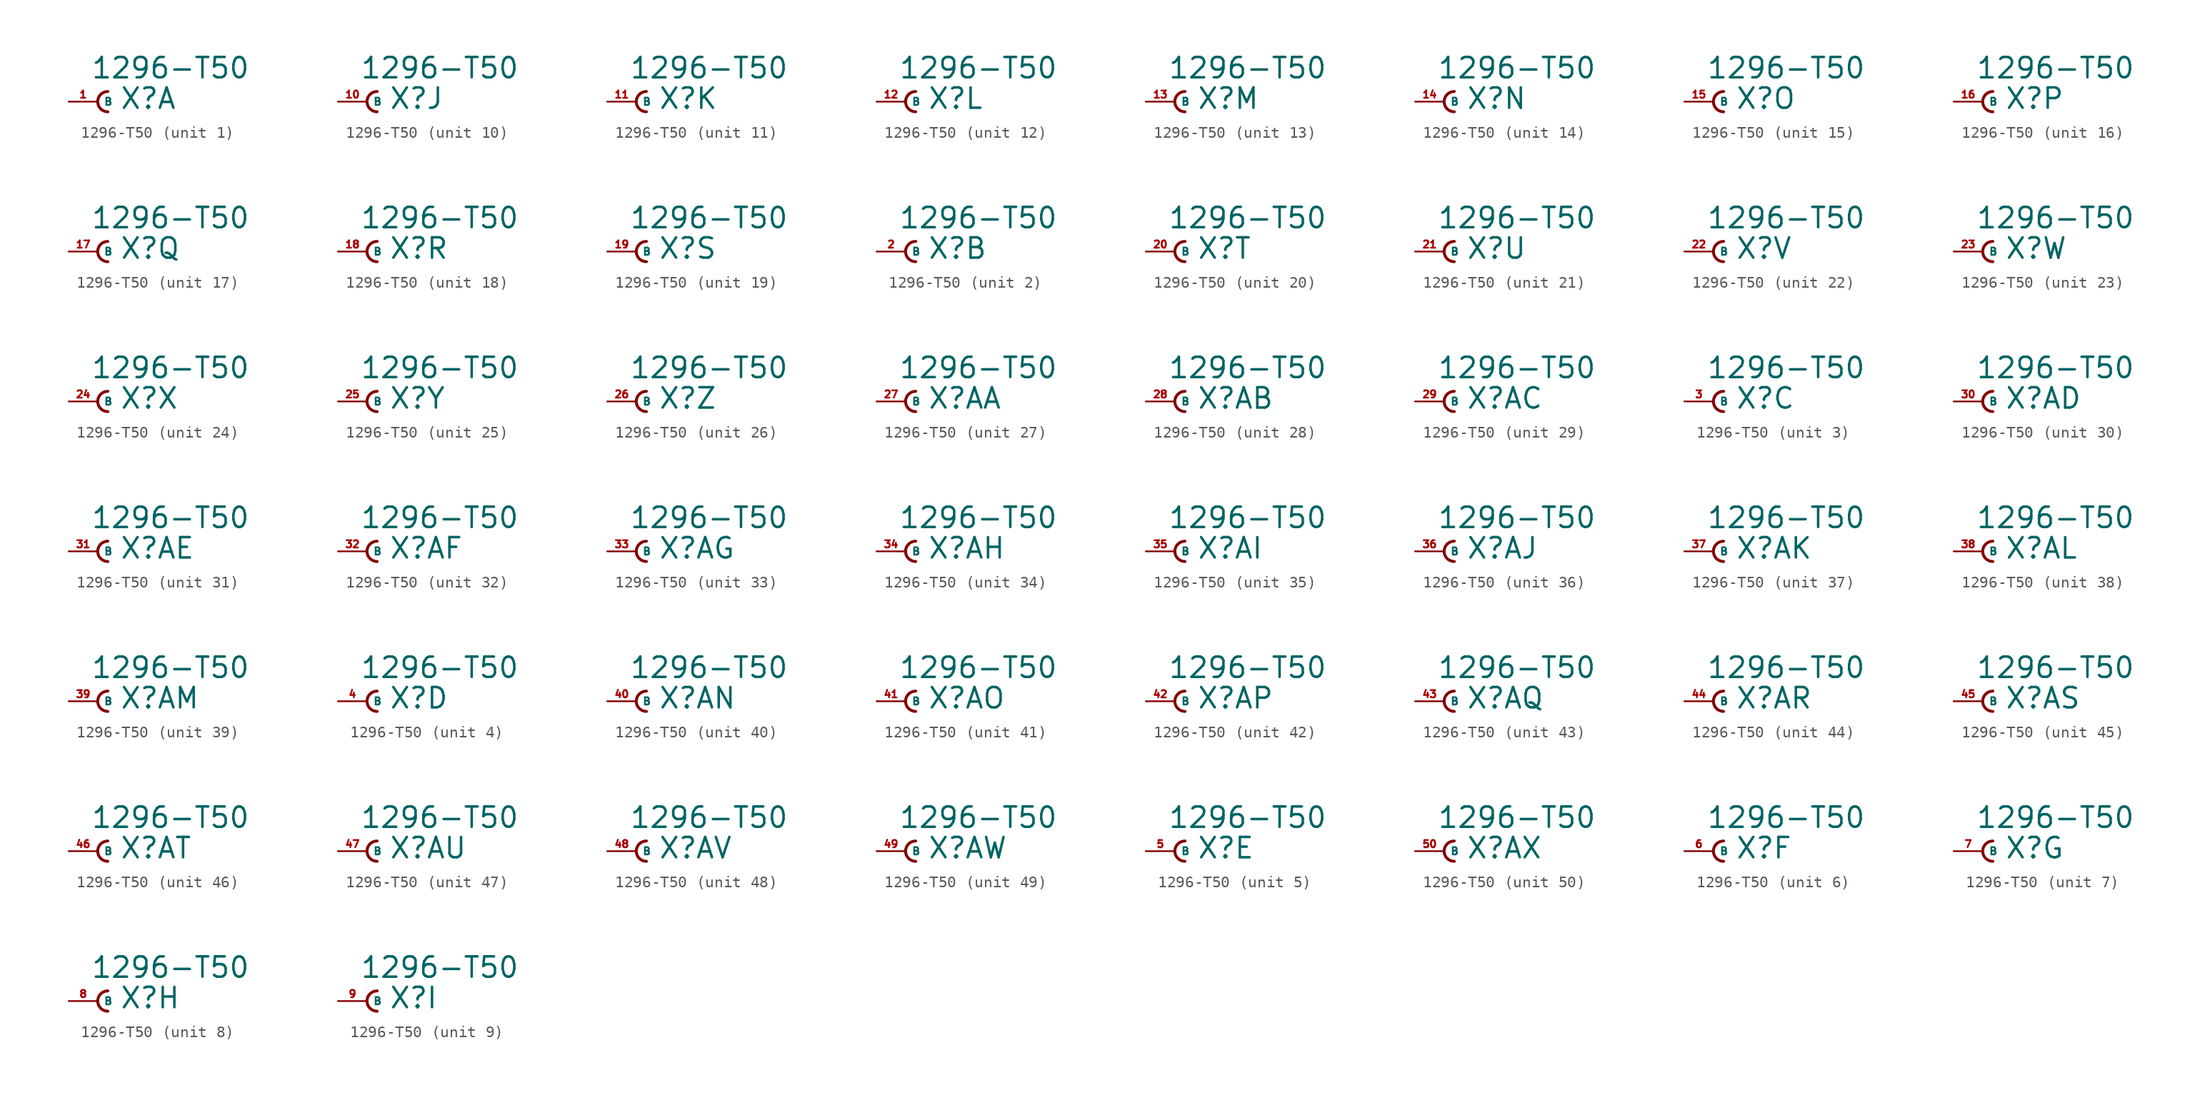
<source format=kicad_sym>
(kicad_symbol_lib
  (version 20220914)
  (generator Eagle2Kicad)
  (symbol "1296-T50"
    (property "Reference" "X"
      (at 1.905 -0.762 0)
      (effects (font (size 1.778 1.778) (thickness 0.22)) (justify left bottom)))
    (property "Value" "1296-T50"
      (at -0.635 1.905 0)
      (effects (font (size 1.778 1.778) (thickness 0.22)) (justify left bottom)))
    (symbol "1296-T50_1_0"
      (arc (start 0.889 0.889) (mid 0.000 0.000) (end 0.889 -0.889) (stroke (width 0.254) (type default)) (fill (type none)))
      (pin passive line (at -2.54 0 0) (length 2.54) (name "B" (effects (font (size 0.635 0.635) (thickness 0.08)) (justify left bottom))) (number "1" (effects (font (size 0.635 0.635) (thickness 0.08)) (justify left bottom)))))
    (symbol "1296-T50_2_0"
      (arc (start 0.889 0.889) (mid 0.000 0.000) (end 0.889 -0.889) (stroke (width 0.254) (type default)) (fill (type none)))
      (pin passive line (at -2.54 0 0) (length 2.54) (name "B" (effects (font (size 0.635 0.635) (thickness 0.08)) (justify left bottom))) (number "2" (effects (font (size 0.635 0.635) (thickness 0.08)) (justify left bottom)))))
    (symbol "1296-T50_3_0"
      (arc (start 0.889 0.889) (mid 0.000 0.000) (end 0.889 -0.889) (stroke (width 0.254) (type default)) (fill (type none)))
      (pin passive line (at -2.54 0 0) (length 2.54) (name "B" (effects (font (size 0.635 0.635) (thickness 0.08)) (justify left bottom))) (number "3" (effects (font (size 0.635 0.635) (thickness 0.08)) (justify left bottom)))))
    (symbol "1296-T50_4_0"
      (arc (start 0.889 0.889) (mid 0.000 0.000) (end 0.889 -0.889) (stroke (width 0.254) (type default)) (fill (type none)))
      (pin passive line (at -2.54 0 0) (length 2.54) (name "B" (effects (font (size 0.635 0.635) (thickness 0.08)) (justify left bottom))) (number "4" (effects (font (size 0.635 0.635) (thickness 0.08)) (justify left bottom)))))
    (symbol "1296-T50_5_0"
      (arc (start 0.889 0.889) (mid 0.000 0.000) (end 0.889 -0.889) (stroke (width 0.254) (type default)) (fill (type none)))
      (pin passive line (at -2.54 0 0) (length 2.54) (name "B" (effects (font (size 0.635 0.635) (thickness 0.08)) (justify left bottom))) (number "5" (effects (font (size 0.635 0.635) (thickness 0.08)) (justify left bottom)))))
    (symbol "1296-T50_6_0"
      (arc (start 0.889 0.889) (mid 0.000 0.000) (end 0.889 -0.889) (stroke (width 0.254) (type default)) (fill (type none)))
      (pin passive line (at -2.54 0 0) (length 2.54) (name "B" (effects (font (size 0.635 0.635) (thickness 0.08)) (justify left bottom))) (number "6" (effects (font (size 0.635 0.635) (thickness 0.08)) (justify left bottom)))))
    (symbol "1296-T50_7_0"
      (arc (start 0.889 0.889) (mid 0.000 0.000) (end 0.889 -0.889) (stroke (width 0.254) (type default)) (fill (type none)))
      (pin passive line (at -2.54 0 0) (length 2.54) (name "B" (effects (font (size 0.635 0.635) (thickness 0.08)) (justify left bottom))) (number "7" (effects (font (size 0.635 0.635) (thickness 0.08)) (justify left bottom)))))
    (symbol "1296-T50_8_0"
      (arc (start 0.889 0.889) (mid 0.000 0.000) (end 0.889 -0.889) (stroke (width 0.254) (type default)) (fill (type none)))
      (pin passive line (at -2.54 0 0) (length 2.54) (name "B" (effects (font (size 0.635 0.635) (thickness 0.08)) (justify left bottom))) (number "8" (effects (font (size 0.635 0.635) (thickness 0.08)) (justify left bottom)))))
    (symbol "1296-T50_9_0"
      (arc (start 0.889 0.889) (mid 0.000 0.000) (end 0.889 -0.889) (stroke (width 0.254) (type default)) (fill (type none)))
      (pin passive line (at -2.54 0 0) (length 2.54) (name "B" (effects (font (size 0.635 0.635) (thickness 0.08)) (justify left bottom))) (number "9" (effects (font (size 0.635 0.635) (thickness 0.08)) (justify left bottom)))))
    (symbol "1296-T50_10_0"
      (arc (start 0.889 0.889) (mid 0.000 0.000) (end 0.889 -0.889) (stroke (width 0.254) (type default)) (fill (type none)))
      (pin passive line (at -2.54 0 0) (length 2.54) (name "B" (effects (font (size 0.635 0.635) (thickness 0.08)) (justify left bottom))) (number "10" (effects (font (size 0.635 0.635) (thickness 0.08)) (justify left bottom)))))
    (symbol "1296-T50_11_0"
      (arc (start 0.889 0.889) (mid 0.000 0.000) (end 0.889 -0.889) (stroke (width 0.254) (type default)) (fill (type none)))
      (pin passive line (at -2.54 0 0) (length 2.54) (name "B" (effects (font (size 0.635 0.635) (thickness 0.08)) (justify left bottom))) (number "11" (effects (font (size 0.635 0.635) (thickness 0.08)) (justify left bottom)))))
    (symbol "1296-T50_12_0"
      (arc (start 0.889 0.889) (mid 0.000 0.000) (end 0.889 -0.889) (stroke (width 0.254) (type default)) (fill (type none)))
      (pin passive line (at -2.54 0 0) (length 2.54) (name "B" (effects (font (size 0.635 0.635) (thickness 0.08)) (justify left bottom))) (number "12" (effects (font (size 0.635 0.635) (thickness 0.08)) (justify left bottom)))))
    (symbol "1296-T50_13_0"
      (arc (start 0.889 0.889) (mid 0.000 0.000) (end 0.889 -0.889) (stroke (width 0.254) (type default)) (fill (type none)))
      (pin passive line (at -2.54 0 0) (length 2.54) (name "B" (effects (font (size 0.635 0.635) (thickness 0.08)) (justify left bottom))) (number "13" (effects (font (size 0.635 0.635) (thickness 0.08)) (justify left bottom)))))
    (symbol "1296-T50_14_0"
      (arc (start 0.889 0.889) (mid 0.000 0.000) (end 0.889 -0.889) (stroke (width 0.254) (type default)) (fill (type none)))
      (pin passive line (at -2.54 0 0) (length 2.54) (name "B" (effects (font (size 0.635 0.635) (thickness 0.08)) (justify left bottom))) (number "14" (effects (font (size 0.635 0.635) (thickness 0.08)) (justify left bottom)))))
    (symbol "1296-T50_15_0"
      (arc (start 0.889 0.889) (mid 0.000 0.000) (end 0.889 -0.889) (stroke (width 0.254) (type default)) (fill (type none)))
      (pin passive line (at -2.54 0 0) (length 2.54) (name "B" (effects (font (size 0.635 0.635) (thickness 0.08)) (justify left bottom))) (number "15" (effects (font (size 0.635 0.635) (thickness 0.08)) (justify left bottom)))))
    (symbol "1296-T50_16_0"
      (arc (start 0.889 0.889) (mid 0.000 0.000) (end 0.889 -0.889) (stroke (width 0.254) (type default)) (fill (type none)))
      (pin passive line (at -2.54 0 0) (length 2.54) (name "B" (effects (font (size 0.635 0.635) (thickness 0.08)) (justify left bottom))) (number "16" (effects (font (size 0.635 0.635) (thickness 0.08)) (justify left bottom)))))
    (symbol "1296-T50_17_0"
      (arc (start 0.889 0.889) (mid 0.000 0.000) (end 0.889 -0.889) (stroke (width 0.254) (type default)) (fill (type none)))
      (pin passive line (at -2.54 0 0) (length 2.54) (name "B" (effects (font (size 0.635 0.635) (thickness 0.08)) (justify left bottom))) (number "17" (effects (font (size 0.635 0.635) (thickness 0.08)) (justify left bottom)))))
    (symbol "1296-T50_18_0"
      (arc (start 0.889 0.889) (mid 0.000 0.000) (end 0.889 -0.889) (stroke (width 0.254) (type default)) (fill (type none)))
      (pin passive line (at -2.54 0 0) (length 2.54) (name "B" (effects (font (size 0.635 0.635) (thickness 0.08)) (justify left bottom))) (number "18" (effects (font (size 0.635 0.635) (thickness 0.08)) (justify left bottom)))))
    (symbol "1296-T50_19_0"
      (arc (start 0.889 0.889) (mid 0.000 0.000) (end 0.889 -0.889) (stroke (width 0.254) (type default)) (fill (type none)))
      (pin passive line (at -2.54 0 0) (length 2.54) (name "B" (effects (font (size 0.635 0.635) (thickness 0.08)) (justify left bottom))) (number "19" (effects (font (size 0.635 0.635) (thickness 0.08)) (justify left bottom)))))
    (symbol "1296-T50_20_0"
      (arc (start 0.889 0.889) (mid 0.000 0.000) (end 0.889 -0.889) (stroke (width 0.254) (type default)) (fill (type none)))
      (pin passive line (at -2.54 0 0) (length 2.54) (name "B" (effects (font (size 0.635 0.635) (thickness 0.08)) (justify left bottom))) (number "20" (effects (font (size 0.635 0.635) (thickness 0.08)) (justify left bottom)))))
    (symbol "1296-T50_21_0"
      (arc (start 0.889 0.889) (mid 0.000 0.000) (end 0.889 -0.889) (stroke (width 0.254) (type default)) (fill (type none)))
      (pin passive line (at -2.54 0 0) (length 2.54) (name "B" (effects (font (size 0.635 0.635) (thickness 0.08)) (justify left bottom))) (number "21" (effects (font (size 0.635 0.635) (thickness 0.08)) (justify left bottom)))))
    (symbol "1296-T50_22_0"
      (arc (start 0.889 0.889) (mid 0.000 0.000) (end 0.889 -0.889) (stroke (width 0.254) (type default)) (fill (type none)))
      (pin passive line (at -2.54 0 0) (length 2.54) (name "B" (effects (font (size 0.635 0.635) (thickness 0.08)) (justify left bottom))) (number "22" (effects (font (size 0.635 0.635) (thickness 0.08)) (justify left bottom)))))
    (symbol "1296-T50_23_0"
      (arc (start 0.889 0.889) (mid 0.000 0.000) (end 0.889 -0.889) (stroke (width 0.254) (type default)) (fill (type none)))
      (pin passive line (at -2.54 0 0) (length 2.54) (name "B" (effects (font (size 0.635 0.635) (thickness 0.08)) (justify left bottom))) (number "23" (effects (font (size 0.635 0.635) (thickness 0.08)) (justify left bottom)))))
    (symbol "1296-T50_24_0"
      (arc (start 0.889 0.889) (mid 0.000 0.000) (end 0.889 -0.889) (stroke (width 0.254) (type default)) (fill (type none)))
      (pin passive line (at -2.54 0 0) (length 2.54) (name "B" (effects (font (size 0.635 0.635) (thickness 0.08)) (justify left bottom))) (number "24" (effects (font (size 0.635 0.635) (thickness 0.08)) (justify left bottom)))))
    (symbol "1296-T50_25_0"
      (arc (start 0.889 0.889) (mid 0.000 0.000) (end 0.889 -0.889) (stroke (width 0.254) (type default)) (fill (type none)))
      (pin passive line (at -2.54 0 0) (length 2.54) (name "B" (effects (font (size 0.635 0.635) (thickness 0.08)) (justify left bottom))) (number "25" (effects (font (size 0.635 0.635) (thickness 0.08)) (justify left bottom)))))
    (symbol "1296-T50_26_0"
      (arc (start 0.889 0.889) (mid 0.000 0.000) (end 0.889 -0.889) (stroke (width 0.254) (type default)) (fill (type none)))
      (pin passive line (at -2.54 0 0) (length 2.54) (name "B" (effects (font (size 0.635 0.635) (thickness 0.08)) (justify left bottom))) (number "26" (effects (font (size 0.635 0.635) (thickness 0.08)) (justify left bottom)))))
    (symbol "1296-T50_27_0"
      (arc (start 0.889 0.889) (mid 0.000 0.000) (end 0.889 -0.889) (stroke (width 0.254) (type default)) (fill (type none)))
      (pin passive line (at -2.54 0 0) (length 2.54) (name "B" (effects (font (size 0.635 0.635) (thickness 0.08)) (justify left bottom))) (number "27" (effects (font (size 0.635 0.635) (thickness 0.08)) (justify left bottom)))))
    (symbol "1296-T50_28_0"
      (arc (start 0.889 0.889) (mid 0.000 0.000) (end 0.889 -0.889) (stroke (width 0.254) (type default)) (fill (type none)))
      (pin passive line (at -2.54 0 0) (length 2.54) (name "B" (effects (font (size 0.635 0.635) (thickness 0.08)) (justify left bottom))) (number "28" (effects (font (size 0.635 0.635) (thickness 0.08)) (justify left bottom)))))
    (symbol "1296-T50_29_0"
      (arc (start 0.889 0.889) (mid 0.000 0.000) (end 0.889 -0.889) (stroke (width 0.254) (type default)) (fill (type none)))
      (pin passive line (at -2.54 0 0) (length 2.54) (name "B" (effects (font (size 0.635 0.635) (thickness 0.08)) (justify left bottom))) (number "29" (effects (font (size 0.635 0.635) (thickness 0.08)) (justify left bottom)))))
    (symbol "1296-T50_30_0"
      (arc (start 0.889 0.889) (mid 0.000 0.000) (end 0.889 -0.889) (stroke (width 0.254) (type default)) (fill (type none)))
      (pin passive line (at -2.54 0 0) (length 2.54) (name "B" (effects (font (size 0.635 0.635) (thickness 0.08)) (justify left bottom))) (number "30" (effects (font (size 0.635 0.635) (thickness 0.08)) (justify left bottom)))))
    (symbol "1296-T50_31_0"
      (arc (start 0.889 0.889) (mid 0.000 0.000) (end 0.889 -0.889) (stroke (width 0.254) (type default)) (fill (type none)))
      (pin passive line (at -2.54 0 0) (length 2.54) (name "B" (effects (font (size 0.635 0.635) (thickness 0.08)) (justify left bottom))) (number "31" (effects (font (size 0.635 0.635) (thickness 0.08)) (justify left bottom)))))
    (symbol "1296-T50_32_0"
      (arc (start 0.889 0.889) (mid 0.000 0.000) (end 0.889 -0.889) (stroke (width 0.254) (type default)) (fill (type none)))
      (pin passive line (at -2.54 0 0) (length 2.54) (name "B" (effects (font (size 0.635 0.635) (thickness 0.08)) (justify left bottom))) (number "32" (effects (font (size 0.635 0.635) (thickness 0.08)) (justify left bottom)))))
    (symbol "1296-T50_33_0"
      (arc (start 0.889 0.889) (mid 0.000 0.000) (end 0.889 -0.889) (stroke (width 0.254) (type default)) (fill (type none)))
      (pin passive line (at -2.54 0 0) (length 2.54) (name "B" (effects (font (size 0.635 0.635) (thickness 0.08)) (justify left bottom))) (number "33" (effects (font (size 0.635 0.635) (thickness 0.08)) (justify left bottom)))))
    (symbol "1296-T50_34_0"
      (arc (start 0.889 0.889) (mid 0.000 0.000) (end 0.889 -0.889) (stroke (width 0.254) (type default)) (fill (type none)))
      (pin passive line (at -2.54 0 0) (length 2.54) (name "B" (effects (font (size 0.635 0.635) (thickness 0.08)) (justify left bottom))) (number "34" (effects (font (size 0.635 0.635) (thickness 0.08)) (justify left bottom)))))
    (symbol "1296-T50_35_0"
      (arc (start 0.889 0.889) (mid 0.000 0.000) (end 0.889 -0.889) (stroke (width 0.254) (type default)) (fill (type none)))
      (pin passive line (at -2.54 0 0) (length 2.54) (name "B" (effects (font (size 0.635 0.635) (thickness 0.08)) (justify left bottom))) (number "35" (effects (font (size 0.635 0.635) (thickness 0.08)) (justify left bottom)))))
    (symbol "1296-T50_36_0"
      (arc (start 0.889 0.889) (mid 0.000 0.000) (end 0.889 -0.889) (stroke (width 0.254) (type default)) (fill (type none)))
      (pin passive line (at -2.54 0 0) (length 2.54) (name "B" (effects (font (size 0.635 0.635) (thickness 0.08)) (justify left bottom))) (number "36" (effects (font (size 0.635 0.635) (thickness 0.08)) (justify left bottom)))))
    (symbol "1296-T50_37_0"
      (arc (start 0.889 0.889) (mid 0.000 0.000) (end 0.889 -0.889) (stroke (width 0.254) (type default)) (fill (type none)))
      (pin passive line (at -2.54 0 0) (length 2.54) (name "B" (effects (font (size 0.635 0.635) (thickness 0.08)) (justify left bottom))) (number "37" (effects (font (size 0.635 0.635) (thickness 0.08)) (justify left bottom)))))
    (symbol "1296-T50_38_0"
      (arc (start 0.889 0.889) (mid 0.000 0.000) (end 0.889 -0.889) (stroke (width 0.254) (type default)) (fill (type none)))
      (pin passive line (at -2.54 0 0) (length 2.54) (name "B" (effects (font (size 0.635 0.635) (thickness 0.08)) (justify left bottom))) (number "38" (effects (font (size 0.635 0.635) (thickness 0.08)) (justify left bottom)))))
    (symbol "1296-T50_39_0"
      (arc (start 0.889 0.889) (mid 0.000 0.000) (end 0.889 -0.889) (stroke (width 0.254) (type default)) (fill (type none)))
      (pin passive line (at -2.54 0 0) (length 2.54) (name "B" (effects (font (size 0.635 0.635) (thickness 0.08)) (justify left bottom))) (number "39" (effects (font (size 0.635 0.635) (thickness 0.08)) (justify left bottom)))))
    (symbol "1296-T50_40_0"
      (arc (start 0.889 0.889) (mid 0.000 0.000) (end 0.889 -0.889) (stroke (width 0.254) (type default)) (fill (type none)))
      (pin passive line (at -2.54 0 0) (length 2.54) (name "B" (effects (font (size 0.635 0.635) (thickness 0.08)) (justify left bottom))) (number "40" (effects (font (size 0.635 0.635) (thickness 0.08)) (justify left bottom)))))
    (symbol "1296-T50_41_0"
      (arc (start 0.889 0.889) (mid 0.000 0.000) (end 0.889 -0.889) (stroke (width 0.254) (type default)) (fill (type none)))
      (pin passive line (at -2.54 0 0) (length 2.54) (name "B" (effects (font (size 0.635 0.635) (thickness 0.08)) (justify left bottom))) (number "41" (effects (font (size 0.635 0.635) (thickness 0.08)) (justify left bottom)))))
    (symbol "1296-T50_42_0"
      (arc (start 0.889 0.889) (mid 0.000 0.000) (end 0.889 -0.889) (stroke (width 0.254) (type default)) (fill (type none)))
      (pin passive line (at -2.54 0 0) (length 2.54) (name "B" (effects (font (size 0.635 0.635) (thickness 0.08)) (justify left bottom))) (number "42" (effects (font (size 0.635 0.635) (thickness 0.08)) (justify left bottom)))))
    (symbol "1296-T50_43_0"
      (arc (start 0.889 0.889) (mid 0.000 0.000) (end 0.889 -0.889) (stroke (width 0.254) (type default)) (fill (type none)))
      (pin passive line (at -2.54 0 0) (length 2.54) (name "B" (effects (font (size 0.635 0.635) (thickness 0.08)) (justify left bottom))) (number "43" (effects (font (size 0.635 0.635) (thickness 0.08)) (justify left bottom)))))
    (symbol "1296-T50_44_0"
      (arc (start 0.889 0.889) (mid 0.000 0.000) (end 0.889 -0.889) (stroke (width 0.254) (type default)) (fill (type none)))
      (pin passive line (at -2.54 0 0) (length 2.54) (name "B" (effects (font (size 0.635 0.635) (thickness 0.08)) (justify left bottom))) (number "44" (effects (font (size 0.635 0.635) (thickness 0.08)) (justify left bottom)))))
    (symbol "1296-T50_45_0"
      (arc (start 0.889 0.889) (mid 0.000 0.000) (end 0.889 -0.889) (stroke (width 0.254) (type default)) (fill (type none)))
      (pin passive line (at -2.54 0 0) (length 2.54) (name "B" (effects (font (size 0.635 0.635) (thickness 0.08)) (justify left bottom))) (number "45" (effects (font (size 0.635 0.635) (thickness 0.08)) (justify left bottom)))))
    (symbol "1296-T50_46_0"
      (arc (start 0.889 0.889) (mid 0.000 0.000) (end 0.889 -0.889) (stroke (width 0.254) (type default)) (fill (type none)))
      (pin passive line (at -2.54 0 0) (length 2.54) (name "B" (effects (font (size 0.635 0.635) (thickness 0.08)) (justify left bottom))) (number "46" (effects (font (size 0.635 0.635) (thickness 0.08)) (justify left bottom)))))
    (symbol "1296-T50_47_0"
      (arc (start 0.889 0.889) (mid 0.000 0.000) (end 0.889 -0.889) (stroke (width 0.254) (type default)) (fill (type none)))
      (pin passive line (at -2.54 0 0) (length 2.54) (name "B" (effects (font (size 0.635 0.635) (thickness 0.08)) (justify left bottom))) (number "47" (effects (font (size 0.635 0.635) (thickness 0.08)) (justify left bottom)))))
    (symbol "1296-T50_48_0"
      (arc (start 0.889 0.889) (mid 0.000 0.000) (end 0.889 -0.889) (stroke (width 0.254) (type default)) (fill (type none)))
      (pin passive line (at -2.54 0 0) (length 2.54) (name "B" (effects (font (size 0.635 0.635) (thickness 0.08)) (justify left bottom))) (number "48" (effects (font (size 0.635 0.635) (thickness 0.08)) (justify left bottom)))))
    (symbol "1296-T50_49_0"
      (arc (start 0.889 0.889) (mid 0.000 0.000) (end 0.889 -0.889) (stroke (width 0.254) (type default)) (fill (type none)))
      (pin passive line (at -2.54 0 0) (length 2.54) (name "B" (effects (font (size 0.635 0.635) (thickness 0.08)) (justify left bottom))) (number "49" (effects (font (size 0.635 0.635) (thickness 0.08)) (justify left bottom)))))
    (symbol "1296-T50_50_0"
      (arc (start 0.889 0.889) (mid 0.000 0.000) (end 0.889 -0.889) (stroke (width 0.254) (type default)) (fill (type none)))
      (pin passive line (at -2.54 0 0) (length 2.54) (name "B" (effects (font (size 0.635 0.635) (thickness 0.08)) (justify left bottom))) (number "50" (effects (font (size 0.635 0.635) (thickness 0.08)) (justify left bottom)))))))
</source>
